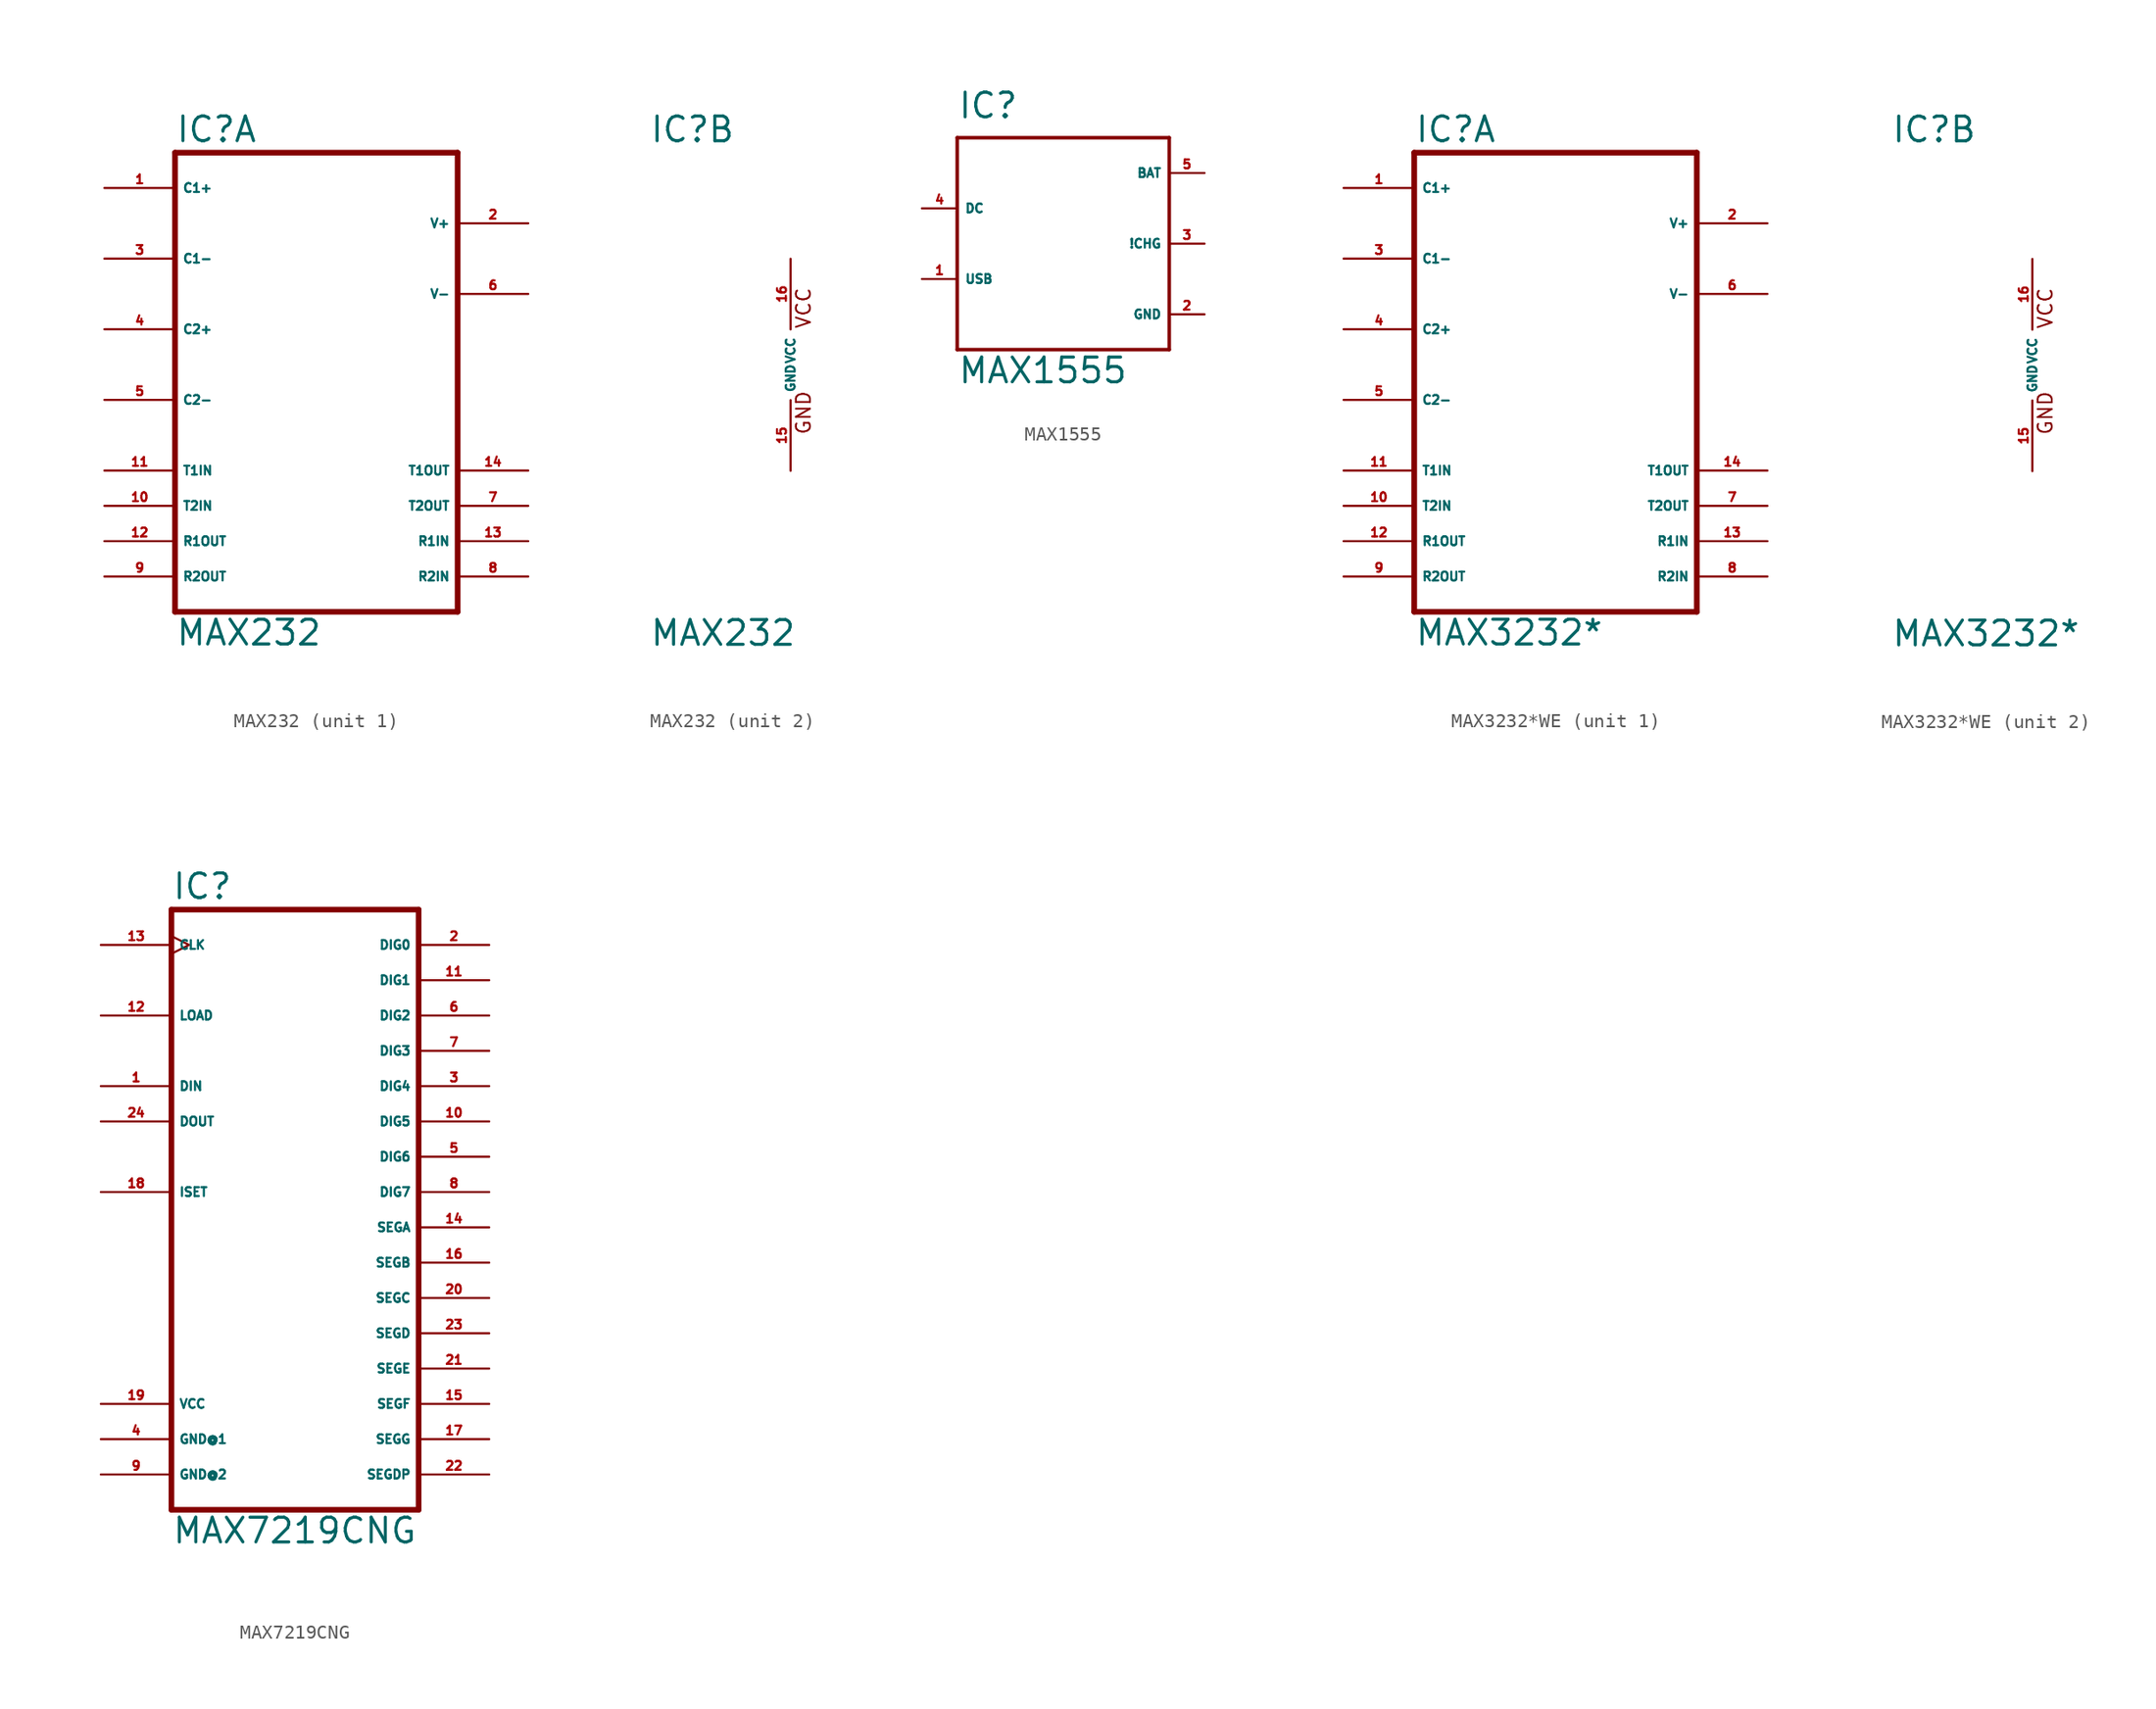
<source format=kicad_sym>
(kicad_symbol_lib
  (version 20220914)
  (generator Eagle2Kicad)
  (symbol "MAX232"
    (property "Reference" "IC"
      (at -10.16 15.875 0)
      (effects (font (size 1.778 1.778) (thickness 0.22)) (justify left bottom)))
    (property "Value" "MAX232"
      (at -10.16 -20.32 0)
      (effects (font (size 1.778 1.778) (thickness 0.22)) (justify left bottom)))
    (symbol "MAX232_1_0"
      (polyline (pts (xy -10.16 15.24) (xy 10.16 15.24)) (stroke (width 0.406) (type default)) (fill (type none)))
      (polyline (pts (xy 10.16 -17.78) (xy 10.16 15.24)) (stroke (width 0.406) (type default)) (fill (type none)))
      (polyline (pts (xy 10.16 -17.78) (xy -10.16 -17.78)) (stroke (width 0.406) (type default)) (fill (type none)))
      (polyline (pts (xy -10.16 15.24) (xy -10.16 -17.78)) (stroke (width 0.406) (type default)) (fill (type none)))
      (pin bidirectional line (at -15.24 12.7 0) (length 5.08) (name "C1+" (effects (font (size 0.635 0.635) (thickness 0.08)) (justify left bottom))) (number "1" (effects (font (size 0.635 0.635) (thickness 0.08)) (justify left bottom))))
      (pin bidirectional line (at -15.24 7.62 0) (length 5.08) (name "C1-" (effects (font (size 0.635 0.635) (thickness 0.08)) (justify left bottom))) (number "3" (effects (font (size 0.635 0.635) (thickness 0.08)) (justify left bottom))))
      (pin bidirectional line (at -15.24 2.54 0) (length 5.08) (name "C2+" (effects (font (size 0.635 0.635) (thickness 0.08)) (justify left bottom))) (number "4" (effects (font (size 0.635 0.635) (thickness 0.08)) (justify left bottom))))
      (pin bidirectional line (at -15.24 -2.54 0) (length 5.08) (name "C2-" (effects (font (size 0.635 0.635) (thickness 0.08)) (justify left bottom))) (number "5" (effects (font (size 0.635 0.635) (thickness 0.08)) (justify left bottom))))
      (pin input line (at -15.24 -7.62 0) (length 5.08) (name "T1IN" (effects (font (size 0.635 0.635) (thickness 0.08)) (justify left bottom))) (number "11" (effects (font (size 0.635 0.635) (thickness 0.08)) (justify left bottom))))
      (pin input line (at -15.24 -10.16 0) (length 5.08) (name "T2IN" (effects (font (size 0.635 0.635) (thickness 0.08)) (justify left bottom))) (number "10" (effects (font (size 0.635 0.635) (thickness 0.08)) (justify left bottom))))
      (pin output line (at -15.24 -12.7 0) (length 5.08) (name "R1OUT" (effects (font (size 0.635 0.635) (thickness 0.08)) (justify left bottom))) (number "12" (effects (font (size 0.635 0.635) (thickness 0.08)) (justify left bottom))))
      (pin output line (at -15.24 -15.24 0) (length 5.08) (name "R2OUT" (effects (font (size 0.635 0.635) (thickness 0.08)) (justify left bottom))) (number "9" (effects (font (size 0.635 0.635) (thickness 0.08)) (justify left bottom))))
      (pin bidirectional line (at 15.24 10.16 180) (length 5.08) (name "V+" (effects (font (size 0.635 0.635) (thickness 0.08)) (justify left bottom))) (number "2" (effects (font (size 0.635 0.635) (thickness 0.08)) (justify left bottom))))
      (pin bidirectional line (at 15.24 5.08 180) (length 5.08) (name "V-" (effects (font (size 0.635 0.635) (thickness 0.08)) (justify left bottom))) (number "6" (effects (font (size 0.635 0.635) (thickness 0.08)) (justify left bottom))))
      (pin output line (at 15.24 -7.62 180) (length 5.08) (name "T1OUT" (effects (font (size 0.635 0.635) (thickness 0.08)) (justify left bottom))) (number "14" (effects (font (size 0.635 0.635) (thickness 0.08)) (justify left bottom))))
      (pin output line (at 15.24 -10.16 180) (length 5.08) (name "T2OUT" (effects (font (size 0.635 0.635) (thickness 0.08)) (justify left bottom))) (number "7" (effects (font (size 0.635 0.635) (thickness 0.08)) (justify left bottom))))
      (pin input line (at 15.24 -12.7 180) (length 5.08) (name "R1IN" (effects (font (size 0.635 0.635) (thickness 0.08)) (justify left bottom))) (number "13" (effects (font (size 0.635 0.635) (thickness 0.08)) (justify left bottom))))
      (pin input line (at 15.24 -15.24 180) (length 5.08) (name "R2IN" (effects (font (size 0.635 0.635) (thickness 0.08)) (justify left bottom))) (number "8" (effects (font (size 0.635 0.635) (thickness 0.08)) (justify left bottom)))))
    (symbol "MAX232_2_0"
      (text "GND" (at 1.524 -5.08 900) (effects (font (size 1.016 1.016) (thickness 0.13)) (justify left bottom)))
      (text "VCC" (at 1.524 2.54 900) (effects (font (size 1.016 1.016) (thickness 0.13)) (justify left bottom)))
      (pin unspecified line (at 0 7.62 270) (length 5.08) (name "VCC" (effects (font (size 0.635 0.635) (thickness 0.08)) (justify left bottom))) (number "16" (effects (font (size 0.635 0.635) (thickness 0.08)) (justify left bottom))))
      (pin unspecified line (at 0 -7.62 90) (length 5.08) (name "GND" (effects (font (size 0.635 0.635) (thickness 0.08)) (justify left bottom))) (number "15" (effects (font (size 0.635 0.635) (thickness 0.08)) (justify left bottom))))))
  (symbol "MAX1555"
    (property "Reference" "IC"
      (at -7.62 8.89 0)
      (effects (font (size 1.778 1.778) (thickness 0.22)) (justify left bottom)))
    (property "Value" "MAX1555"
      (at -7.62 -10.16 0)
      (effects (font (size 1.778 1.778) (thickness 0.22)) (justify left bottom)))
    (polyline
      (pts (xy -7.62 7.62) (xy 7.62 7.62))
      (stroke (width 0.254) (type default))
      (fill (type none)))
    (polyline
      (pts (xy 7.62 7.62) (xy 7.62 -7.62))
      (stroke (width 0.254) (type default))
      (fill (type none)))
    (polyline
      (pts (xy 7.62 -7.62) (xy -7.62 -7.62))
      (stroke (width 0.254) (type default))
      (fill (type none)))
    (polyline
      (pts (xy -7.62 -7.62) (xy -7.62 7.62))
      (stroke (width 0.254) (type default))
      (fill (type none)))
    (pin input line
      (at -10.16 -2.54 0)
      (length 2.54)
      (name "USB" (effects (font (size 0.635 0.635) (thickness 0.08)) (justify left bottom)))
      (number "1" (effects (font (size 0.635 0.635) (thickness 0.08)) (justify left bottom))))
    (pin input line
      (at -10.16 2.54 0)
      (length 2.54)
      (name "DC" (effects (font (size 0.635 0.635) (thickness 0.08)) (justify left bottom)))
      (number "4" (effects (font (size 0.635 0.635) (thickness 0.08)) (justify left bottom))))
    (pin passive line
      (at 10.16 5.08 180)
      (length 2.54)
      (name "BAT" (effects (font (size 0.635 0.635) (thickness 0.08)) (justify left bottom)))
      (number "5" (effects (font (size 0.635 0.635) (thickness 0.08)) (justify left bottom))))
    (pin output line
      (at 10.16 0 180)
      (length 2.54)
      (name "!CHG" (effects (font (size 0.635 0.635) (thickness 0.08)) (justify left bottom)))
      (number "3" (effects (font (size 0.635 0.635) (thickness 0.08)) (justify left bottom))))
    (pin unspecified line
      (at 10.16 -5.08 180)
      (length 2.54)
      (name "GND" (effects (font (size 0.635 0.635) (thickness 0.08)) (justify left bottom)))
      (number "2" (effects (font (size 0.635 0.635) (thickness 0.08)) (justify left bottom)))))
  (symbol "MAX3232*WE"
    (property "Reference" "IC"
      (at -10.16 15.875 0)
      (effects (font (size 1.778 1.778) (thickness 0.22)) (justify left bottom)))
    (property "Value" "MAX3232*"
      (at -10.16 -20.32 0)
      (effects (font (size 1.778 1.778) (thickness 0.22)) (justify left bottom)))
    (symbol "MAX3232*WE_1_0"
      (polyline (pts (xy -10.16 15.24) (xy 10.16 15.24)) (stroke (width 0.406) (type default)) (fill (type none)))
      (polyline (pts (xy 10.16 -17.78) (xy 10.16 15.24)) (stroke (width 0.406) (type default)) (fill (type none)))
      (polyline (pts (xy 10.16 -17.78) (xy -10.16 -17.78)) (stroke (width 0.406) (type default)) (fill (type none)))
      (polyline (pts (xy -10.16 15.24) (xy -10.16 -17.78)) (stroke (width 0.406) (type default)) (fill (type none)))
      (pin bidirectional line (at -15.24 12.7 0) (length 5.08) (name "C1+" (effects (font (size 0.635 0.635) (thickness 0.08)) (justify left bottom))) (number "1" (effects (font (size 0.635 0.635) (thickness 0.08)) (justify left bottom))))
      (pin bidirectional line (at -15.24 7.62 0) (length 5.08) (name "C1-" (effects (font (size 0.635 0.635) (thickness 0.08)) (justify left bottom))) (number "3" (effects (font (size 0.635 0.635) (thickness 0.08)) (justify left bottom))))
      (pin bidirectional line (at -15.24 2.54 0) (length 5.08) (name "C2+" (effects (font (size 0.635 0.635) (thickness 0.08)) (justify left bottom))) (number "4" (effects (font (size 0.635 0.635) (thickness 0.08)) (justify left bottom))))
      (pin bidirectional line (at -15.24 -2.54 0) (length 5.08) (name "C2-" (effects (font (size 0.635 0.635) (thickness 0.08)) (justify left bottom))) (number "5" (effects (font (size 0.635 0.635) (thickness 0.08)) (justify left bottom))))
      (pin input line (at -15.24 -7.62 0) (length 5.08) (name "T1IN" (effects (font (size 0.635 0.635) (thickness 0.08)) (justify left bottom))) (number "11" (effects (font (size 0.635 0.635) (thickness 0.08)) (justify left bottom))))
      (pin input line (at -15.24 -10.16 0) (length 5.08) (name "T2IN" (effects (font (size 0.635 0.635) (thickness 0.08)) (justify left bottom))) (number "10" (effects (font (size 0.635 0.635) (thickness 0.08)) (justify left bottom))))
      (pin output line (at -15.24 -12.7 0) (length 5.08) (name "R1OUT" (effects (font (size 0.635 0.635) (thickness 0.08)) (justify left bottom))) (number "12" (effects (font (size 0.635 0.635) (thickness 0.08)) (justify left bottom))))
      (pin output line (at -15.24 -15.24 0) (length 5.08) (name "R2OUT" (effects (font (size 0.635 0.635) (thickness 0.08)) (justify left bottom))) (number "9" (effects (font (size 0.635 0.635) (thickness 0.08)) (justify left bottom))))
      (pin bidirectional line (at 15.24 10.16 180) (length 5.08) (name "V+" (effects (font (size 0.635 0.635) (thickness 0.08)) (justify left bottom))) (number "2" (effects (font (size 0.635 0.635) (thickness 0.08)) (justify left bottom))))
      (pin bidirectional line (at 15.24 5.08 180) (length 5.08) (name "V-" (effects (font (size 0.635 0.635) (thickness 0.08)) (justify left bottom))) (number "6" (effects (font (size 0.635 0.635) (thickness 0.08)) (justify left bottom))))
      (pin output line (at 15.24 -7.62 180) (length 5.08) (name "T1OUT" (effects (font (size 0.635 0.635) (thickness 0.08)) (justify left bottom))) (number "14" (effects (font (size 0.635 0.635) (thickness 0.08)) (justify left bottom))))
      (pin output line (at 15.24 -10.16 180) (length 5.08) (name "T2OUT" (effects (font (size 0.635 0.635) (thickness 0.08)) (justify left bottom))) (number "7" (effects (font (size 0.635 0.635) (thickness 0.08)) (justify left bottom))))
      (pin input line (at 15.24 -12.7 180) (length 5.08) (name "R1IN" (effects (font (size 0.635 0.635) (thickness 0.08)) (justify left bottom))) (number "13" (effects (font (size 0.635 0.635) (thickness 0.08)) (justify left bottom))))
      (pin input line (at 15.24 -15.24 180) (length 5.08) (name "R2IN" (effects (font (size 0.635 0.635) (thickness 0.08)) (justify left bottom))) (number "8" (effects (font (size 0.635 0.635) (thickness 0.08)) (justify left bottom)))))
    (symbol "MAX3232*WE_2_0"
      (text "GND" (at 1.524 -5.08 900) (effects (font (size 1.016 1.016) (thickness 0.13)) (justify left bottom)))
      (text "VCC" (at 1.524 2.54 900) (effects (font (size 1.016 1.016) (thickness 0.13)) (justify left bottom)))
      (pin unspecified line (at 0 7.62 270) (length 5.08) (name "VCC" (effects (font (size 0.635 0.635) (thickness 0.08)) (justify left bottom))) (number "16" (effects (font (size 0.635 0.635) (thickness 0.08)) (justify left bottom))))
      (pin unspecified line (at 0 -7.62 90) (length 5.08) (name "GND" (effects (font (size 0.635 0.635) (thickness 0.08)) (justify left bottom))) (number "15" (effects (font (size 0.635 0.635) (thickness 0.08)) (justify left bottom))))))
  (symbol "MAX7219CNG"
    (property "Reference" "IC"
      (at -10.16 20.955 0)
      (effects (font (size 1.778 1.778) (thickness 0.22)) (justify left bottom)))
    (property "Value" "MAX7219CNG"
      (at -10.16 -25.4 0)
      (effects (font (size 1.778 1.778) (thickness 0.22)) (justify left bottom)))
    (polyline
      (pts (xy -10.16 20.32) (xy -10.16 -22.86))
      (stroke (width 0.406) (type default))
      (fill (type none)))
    (polyline
      (pts (xy -10.16 -22.86) (xy 7.62 -22.86))
      (stroke (width 0.406) (type default))
      (fill (type none)))
    (polyline
      (pts (xy 7.62 -22.86) (xy 7.62 20.32))
      (stroke (width 0.406) (type default))
      (fill (type none)))
    (polyline
      (pts (xy 7.62 20.32) (xy -10.16 20.32))
      (stroke (width 0.406) (type default))
      (fill (type none)))
    (pin output line
      (at 12.7 12.7 180)
      (length 5.08)
      (name "DIG2" (effects (font (size 0.635 0.635) (thickness 0.08)) (justify left bottom)))
      (number "6" (effects (font (size 0.635 0.635) (thickness 0.08)) (justify left bottom))))
    (pin output line
      (at 12.7 10.16 180)
      (length 5.08)
      (name "DIG3" (effects (font (size 0.635 0.635) (thickness 0.08)) (justify left bottom)))
      (number "7" (effects (font (size 0.635 0.635) (thickness 0.08)) (justify left bottom))))
    (pin output line
      (at 12.7 7.62 180)
      (length 5.08)
      (name "DIG4" (effects (font (size 0.635 0.635) (thickness 0.08)) (justify left bottom)))
      (number "3" (effects (font (size 0.635 0.635) (thickness 0.08)) (justify left bottom))))
    (pin output line
      (at 12.7 5.08 180)
      (length 5.08)
      (name "DIG5" (effects (font (size 0.635 0.635) (thickness 0.08)) (justify left bottom)))
      (number "10" (effects (font (size 0.635 0.635) (thickness 0.08)) (justify left bottom))))
    (pin output line
      (at 12.7 2.54 180)
      (length 5.08)
      (name "DIG6" (effects (font (size 0.635 0.635) (thickness 0.08)) (justify left bottom)))
      (number "5" (effects (font (size 0.635 0.635) (thickness 0.08)) (justify left bottom))))
    (pin output line
      (at 12.7 0 180)
      (length 5.08)
      (name "DIG7" (effects (font (size 0.635 0.635) (thickness 0.08)) (justify left bottom)))
      (number "8" (effects (font (size 0.635 0.635) (thickness 0.08)) (justify left bottom))))
    (pin output line
      (at 12.7 -2.54 180)
      (length 5.08)
      (name "SEGA" (effects (font (size 0.635 0.635) (thickness 0.08)) (justify left bottom)))
      (number "14" (effects (font (size 0.635 0.635) (thickness 0.08)) (justify left bottom))))
    (pin output line
      (at 12.7 -5.08 180)
      (length 5.08)
      (name "SEGB" (effects (font (size 0.635 0.635) (thickness 0.08)) (justify left bottom)))
      (number "16" (effects (font (size 0.635 0.635) (thickness 0.08)) (justify left bottom))))
    (pin output line
      (at 12.7 -7.62 180)
      (length 5.08)
      (name "SEGC" (effects (font (size 0.635 0.635) (thickness 0.08)) (justify left bottom)))
      (number "20" (effects (font (size 0.635 0.635) (thickness 0.08)) (justify left bottom))))
    (pin output line
      (at 12.7 -10.16 180)
      (length 5.08)
      (name "SEGD" (effects (font (size 0.635 0.635) (thickness 0.08)) (justify left bottom)))
      (number "23" (effects (font (size 0.635 0.635) (thickness 0.08)) (justify left bottom))))
    (pin output line
      (at 12.7 -12.7 180)
      (length 5.08)
      (name "SEGE" (effects (font (size 0.635 0.635) (thickness 0.08)) (justify left bottom)))
      (number "21" (effects (font (size 0.635 0.635) (thickness 0.08)) (justify left bottom))))
    (pin output line
      (at 12.7 -15.24 180)
      (length 5.08)
      (name "SEGF" (effects (font (size 0.635 0.635) (thickness 0.08)) (justify left bottom)))
      (number "15" (effects (font (size 0.635 0.635) (thickness 0.08)) (justify left bottom))))
    (pin output line
      (at 12.7 -17.78 180)
      (length 5.08)
      (name "SEGG" (effects (font (size 0.635 0.635) (thickness 0.08)) (justify left bottom)))
      (number "17" (effects (font (size 0.635 0.635) (thickness 0.08)) (justify left bottom))))
    (pin output line
      (at 12.7 -20.32 180)
      (length 5.08)
      (name "SEGDP" (effects (font (size 0.635 0.635) (thickness 0.08)) (justify left bottom)))
      (number "22" (effects (font (size 0.635 0.635) (thickness 0.08)) (justify left bottom))))
    (pin output line
      (at 12.7 15.24 180)
      (length 5.08)
      (name "DIG1" (effects (font (size 0.635 0.635) (thickness 0.08)) (justify left bottom)))
      (number "11" (effects (font (size 0.635 0.635) (thickness 0.08)) (justify left bottom))))
    (pin output line
      (at 12.7 17.78 180)
      (length 5.08)
      (name "DIG0" (effects (font (size 0.635 0.635) (thickness 0.08)) (justify left bottom)))
      (number "2" (effects (font (size 0.635 0.635) (thickness 0.08)) (justify left bottom))))
    (pin input line
      (at -15.24 7.62 0)
      (length 5.08)
      (name "DIN" (effects (font (size 0.635 0.635) (thickness 0.08)) (justify left bottom)))
      (number "1" (effects (font (size 0.635 0.635) (thickness 0.08)) (justify left bottom))))
    (pin output line
      (at -15.24 5.08 0)
      (length 5.08)
      (name "DOUT" (effects (font (size 0.635 0.635) (thickness 0.08)) (justify left bottom)))
      (number "24" (effects (font (size 0.635 0.635) (thickness 0.08)) (justify left bottom))))
    (pin input line
      (at -15.24 12.7 0)
      (length 5.08)
      (name "LOAD" (effects (font (size 0.635 0.635) (thickness 0.08)) (justify left bottom)))
      (number "12" (effects (font (size 0.635 0.635) (thickness 0.08)) (justify left bottom))))
    (pin input clock
      (at -15.24 17.78 0)
      (length 5.08)
      (name "CLK" (effects (font (size 0.635 0.635) (thickness 0.08)) (justify left bottom)))
      (number "13" (effects (font (size 0.635 0.635) (thickness 0.08)) (justify left bottom))))
    (pin input line
      (at -15.24 0 0)
      (length 5.08)
      (name "ISET" (effects (font (size 0.635 0.635) (thickness 0.08)) (justify left bottom)))
      (number "18" (effects (font (size 0.635 0.635) (thickness 0.08)) (justify left bottom))))
    (pin unspecified line
      (at -15.24 -20.32 0)
      (length 5.08)
      (name "GND@2" (effects (font (size 0.635 0.635) (thickness 0.08)) (justify left bottom)))
      (number "9" (effects (font (size 0.635 0.635) (thickness 0.08)) (justify left bottom))))
    (pin unspecified line
      (at -15.24 -17.78 0)
      (length 5.08)
      (name "GND@1" (effects (font (size 0.635 0.635) (thickness 0.08)) (justify left bottom)))
      (number "4" (effects (font (size 0.635 0.635) (thickness 0.08)) (justify left bottom))))
    (pin unspecified line
      (at -15.24 -15.24 0)
      (length 5.08)
      (name "VCC" (effects (font (size 0.635 0.635) (thickness 0.08)) (justify left bottom)))
      (number "19" (effects (font (size 0.635 0.635) (thickness 0.08)) (justify left bottom))))))
</source>
